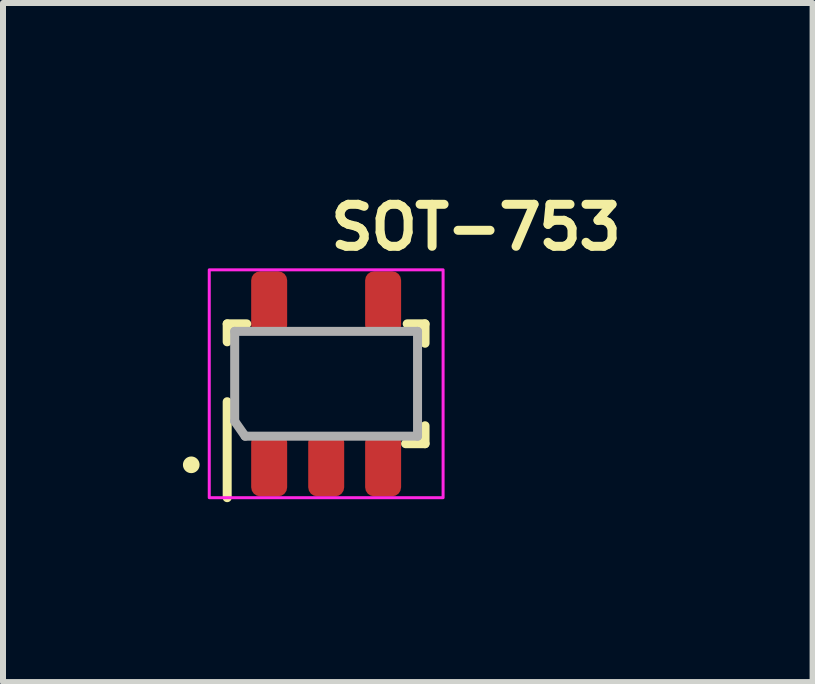
<source format=kicad_pcb>
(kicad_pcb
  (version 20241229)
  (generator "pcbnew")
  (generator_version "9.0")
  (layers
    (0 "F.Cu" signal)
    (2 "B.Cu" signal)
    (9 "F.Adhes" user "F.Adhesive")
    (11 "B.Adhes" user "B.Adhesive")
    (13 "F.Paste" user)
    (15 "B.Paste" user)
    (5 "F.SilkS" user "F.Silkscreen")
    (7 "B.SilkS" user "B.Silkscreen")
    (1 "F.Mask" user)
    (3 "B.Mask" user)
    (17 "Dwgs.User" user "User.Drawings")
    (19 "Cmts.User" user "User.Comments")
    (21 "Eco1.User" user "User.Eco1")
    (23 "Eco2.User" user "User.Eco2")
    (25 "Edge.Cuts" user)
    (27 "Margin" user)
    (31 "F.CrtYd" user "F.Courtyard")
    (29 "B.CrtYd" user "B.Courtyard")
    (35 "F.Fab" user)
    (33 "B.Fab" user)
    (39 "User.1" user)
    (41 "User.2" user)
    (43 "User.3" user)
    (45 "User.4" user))
  (footprint "SOT-753"
    (layer "F.Cu")
    (at 2.389 3.35)
    (property "Reference" "SOT-753" (at 0 -2.2 0) (layer "F.SilkS") (effects (font (size 0.7 0.7) (thickness 0.15)) (justify left bottom)))
    (attr smd)
    (fp_line (start -1.651 -1) (end -1.651 -0.701) (stroke (width 0.15) (type solid)) (layer "F.SilkS"))
    (fp_line (start -1.651 1.898) (end -1.651 0.298) (stroke (width 0.15) (type solid)) (layer "F.SilkS"))
    (fp_line (start -1.325 -1) (end -1.651 -1) (stroke (width 0.15) (type solid)) (layer "F.SilkS"))
    (fp_line (start 1.324 0.998) (end 1.648 0.998) (stroke (width 0.15) (type solid)) (layer "F.SilkS"))
    (fp_line (start 1.35 -1) (end 1.648 -1) (stroke (width 0.15) (type solid)) (layer "F.SilkS"))
    (fp_line (start 1.648 -1) (end 1.648 -0.677) (stroke (width 0.15) (type solid)) (layer "F.SilkS"))
    (fp_line (start 1.648 0.998) (end 1.648 0.699) (stroke (width 0.15) (type solid)) (layer "F.SilkS"))
    (fp_circle (center -2.25 1.35) (end -2.21 1.4) (stroke (width 0.15) (type solid)) (fill yes) (layer "F.SilkS"))
    (fp_rect (start -1.95 -1.901) (end 1.949 1.898) (stroke (width 0.05) (type solid)) (fill no) (layer "F.CrtYd"))
    (fp_line (start -1.526 -0.875) (end 1.523 -0.875) (stroke (width 0.15) (type solid)) (layer "F.Fab"))
    (fp_line (start -1.526 0.623) (end -1.526 -0.875) (stroke (width 0.15) (type solid)) (layer "F.Fab"))
    (fp_line (start -1.526 0.623) (end -1.351 0.873) (stroke (width 0.15) (type solid)) (layer "F.Fab"))
    (fp_line (start -1.351 0.873) (end 1.523 0.873) (stroke (width 0.15) (type solid)) (layer "F.Fab"))
    (fp_line (start 1.523 -0.875) (end 1.523 0.873) (stroke (width 0.15) (type solid)) (layer "F.Fab"))
    (fp_rect (start -1.45 -1.401) (end 1.449 1.398) (stroke (width 0.1) (type solid)) (fill no) (layer "User.5"))
    (fp_line (start -1.45 -0.802) (end -1.375 -0.725) (stroke (width 0.02) (type solid)) (layer "User.9"))
    (fp_line (start -1.45 0.8) (end -1.45 -0.802) (stroke (width 0.02) (type solid)) (layer "User.9"))
    (fp_line (start -1.45 0.8) (end -1.375 0.723) (stroke (width 0.02) (type solid)) (layer "User.9"))
    (fp_line (start -1.375 0.723) (end -1.335 0.684) (stroke (width 0.02) (type solid)) (layer "User.9"))
    (fp_line (start -1.335 -0.686) (end -1.375 -0.725) (stroke (width 0.02) (type solid)) (layer "User.9"))
    (fp_line (start -1.149 -1.195) (end -1.149 -1.4) (stroke (width 0.02) (type solid)) (layer "User.9"))
    (fp_line (start -1.149 -1.195) (end -1.149 -1.098) (stroke (width 0.02) (type solid)) (layer "User.9"))
    (fp_line (start -1.149 -1.098) (end -1.149 -1.013) (stroke (width 0.02) (type solid)) (layer "User.9"))
    (fp_line (start -1.149 -1.013) (end -1.149 -0.916) (stroke (width 0.02) (type solid)) (layer "User.9"))
    (fp_line (start -1.149 -0.802) (end -1.149 -0.916) (stroke (width 0.02) (type solid)) (layer "User.9"))
    (fp_line (start -1.149 0.914) (end -1.149 0.8) (stroke (width 0.02) (type solid)) (layer "User.9"))
    (fp_line (start -1.149 1.012) (end -1.149 0.914) (stroke (width 0.02) (type solid)) (layer "User.9"))
    (fp_line (start -1.149 1.095) (end -1.149 1.012) (stroke (width 0.02) (type solid)) (layer "User.9"))
    (fp_line (start -1.149 1.194) (end -1.149 1.095) (stroke (width 0.02) (type solid)) (layer "User.9"))
    (fp_line (start -1.149 1.399) (end -1.149 1.194) (stroke (width 0.02) (type solid)) (layer "User.9"))
    (fp_line (start -1.051 0.478) (end -1.051 0.478) (stroke (width 0.02) (type solid)) (layer "User.9"))
    (fp_line (start -1.051 0.478) (end -1.051 0.478) (stroke (width 0.02) (type solid)) (layer "User.9"))
    (fp_line (start -1.051 0.478) (end -1.049 0.484) (stroke (width 0.02) (type solid)) (layer "User.9"))
    (fp_line (start -1.049 0.464) (end -1.049 0.469) (stroke (width 0.02) (type solid)) (layer "User.9"))
    (fp_line (start -1.049 0.469) (end -1.049 0.474) (stroke (width 0.02) (type solid)) (layer "User.9"))
    (fp_line (start -1.049 0.474) (end -1.051 0.478) (stroke (width 0.02) (type solid)) (layer "User.9"))
    (fp_line (start -1.049 0.484) (end -1.049 0.489) (stroke (width 0.02) (type solid)) (layer "User.9"))
    (fp_line (start -1.049 0.489) (end -1.049 0.494) (stroke (width 0.02) (type solid)) (layer "User.9"))
    (fp_line (start -1.049 0.494) (end -1.047 0.499) (stroke (width 0.02) (type solid)) (layer "User.9"))
    (fp_line (start -1.047 0.455) (end -1.047 0.459) (stroke (width 0.02) (type solid)) (layer "User.9"))
    (fp_line (start -1.047 0.459) (end -1.049 0.464) (stroke (width 0.02) (type solid)) (layer "User.9"))
    (fp_line (start -1.047 0.499) (end -1.047 0.503) (stroke (width 0.02) (type solid)) (layer "User.9"))
    (fp_line (start -1.047 0.503) (end -1.045 0.508) (stroke (width 0.02) (type solid)) (layer "User.9"))
    (fp_line (start -1.045 0.45) (end -1.047 0.455) (stroke (width 0.02) (type solid)) (layer "User.9"))
    (fp_line (start -1.045 0.508) (end -1.043 0.514) (stroke (width 0.02) (type solid)) (layer "User.9"))
    (fp_line (start -1.043 0.44) (end -1.043 0.444) (stroke (width 0.02) (type solid)) (layer "User.9"))
    (fp_line (start -1.043 0.444) (end -1.045 0.45) (stroke (width 0.02) (type solid)) (layer "User.9"))
    (fp_line (start -1.043 0.514) (end -1.043 0.518) (stroke (width 0.02) (type solid)) (layer "User.9"))
    (fp_line (start -1.043 0.518) (end -1.041 0.523) (stroke (width 0.02) (type solid)) (layer "User.9"))
    (fp_line (start -1.041 0.435) (end -1.043 0.44) (stroke (width 0.02) (type solid)) (layer "User.9"))
    (fp_line (start -1.041 0.523) (end -1.037 0.527) (stroke (width 0.02) (type solid)) (layer "User.9"))
    (fp_line (start -1.037 0.431) (end -1.041 0.435) (stroke (width 0.02) (type solid)) (layer "User.9"))
    (fp_line (start -1.037 0.527) (end -1.035 0.531) (stroke (width 0.02) (type solid)) (layer "User.9"))
    (fp_line (start -1.035 0.427) (end -1.037 0.431) (stroke (width 0.02) (type solid)) (layer "User.9"))
    (fp_line (start -1.035 0.531) (end -1.033 0.535) (stroke (width 0.02) (type solid)) (layer "User.9"))
    (fp_line (start -1.033 0.423) (end -1.035 0.427) (stroke (width 0.02) (type solid)) (layer "User.9"))
    (fp_line (start -1.033 0.535) (end -1.031 0.539) (stroke (width 0.02) (type solid)) (layer "User.9"))
    (fp_line (start -1.031 0.419) (end -1.033 0.423) (stroke (width 0.02) (type solid)) (layer "User.9"))
    (fp_line (start -1.031 0.539) (end -1.027 0.543) (stroke (width 0.02) (type solid)) (layer "User.9"))
    (fp_line (start -1.027 0.415) (end -1.031 0.419) (stroke (width 0.02) (type solid)) (layer "User.9"))
    (fp_line (start -1.027 0.543) (end -1.025 0.547) (stroke (width 0.02) (type solid)) (layer "User.9"))
    (fp_line (start -1.025 0.412) (end -1.027 0.415) (stroke (width 0.02) (type solid)) (layer "User.9"))
    (fp_line (start -1.025 0.547) (end -1.02 0.55) (stroke (width 0.02) (type solid)) (layer "User.9"))
    (fp_line (start -1.02 0.409) (end -1.025 0.412) (stroke (width 0.02) (type solid)) (layer "User.9"))
    (fp_line (start -1.02 0.55) (end -1.018 0.554) (stroke (width 0.02) (type solid)) (layer "User.9"))
    (fp_line (start -1.018 0.405) (end -1.02 0.409) (stroke (width 0.02) (type solid)) (layer "User.9"))
    (fp_line (start -1.018 0.554) (end -1.014 0.557) (stroke (width 0.02) (type solid)) (layer "User.9"))
    (fp_line (start -1.014 0.402) (end -1.018 0.405) (stroke (width 0.02) (type solid)) (layer "User.9"))
    (fp_line (start -1.014 0.557) (end -1.01 0.56) (stroke (width 0.02) (type solid)) (layer "User.9"))
    (fp_line (start -1.01 0.399) (end -1.014 0.402) (stroke (width 0.02) (type solid)) (layer "User.9"))
    (fp_line (start -1.01 0.56) (end -1.006 0.562) (stroke (width 0.02) (type solid)) (layer "User.9"))
    (fp_line (start -1.006 0.397) (end -1.01 0.399) (stroke (width 0.02) (type solid)) (layer "User.9"))
    (fp_line (start -1.006 0.562) (end -1.002 0.565) (stroke (width 0.02) (type solid)) (layer "User.9"))
    (fp_line (start -1.002 0.394) (end -1.006 0.397) (stroke (width 0.02) (type solid)) (layer "User.9"))
    (fp_line (start -1.002 0.565) (end -0.997 0.567) (stroke (width 0.02) (type solid)) (layer "User.9"))
    (fp_line (start -0.997 0.392) (end -1.002 0.394) (stroke (width 0.02) (type solid)) (layer "User.9"))
    (fp_line (start -0.997 0.567) (end -0.993 0.57) (stroke (width 0.02) (type solid)) (layer "User.9"))
    (fp_line (start -0.993 0.389) (end -0.997 0.392) (stroke (width 0.02) (type solid)) (layer "User.9"))
    (fp_line (start -0.993 0.57) (end -0.988 0.572) (stroke (width 0.02) (type solid)) (layer "User.9"))
    (fp_line (start -0.988 0.387) (end -0.993 0.389) (stroke (width 0.02) (type solid)) (layer "User.9"))
    (fp_line (start -0.988 0.572) (end -0.984 0.573) (stroke (width 0.02) (type solid)) (layer "User.9"))
    (fp_line (start -0.984 0.386) (end -0.988 0.387) (stroke (width 0.02) (type solid)) (layer "User.9"))
    (fp_line (start -0.984 0.573) (end -0.979 0.575) (stroke (width 0.02) (type solid)) (layer "User.9"))
    (fp_line (start -0.979 0.384) (end -0.984 0.386) (stroke (width 0.02) (type solid)) (layer "User.9"))
    (fp_line (start -0.979 0.575) (end -0.974 0.575) (stroke (width 0.02) (type solid)) (layer "User.9"))
    (fp_line (start -0.974 0.382) (end -0.979 0.384) (stroke (width 0.02) (type solid)) (layer "User.9"))
    (fp_line (start -0.974 0.575) (end -0.97 0.576) (stroke (width 0.02) (type solid)) (layer "User.9"))
    (fp_line (start -0.97 0.381) (end -0.974 0.382) (stroke (width 0.02) (type solid)) (layer "User.9"))
    (fp_line (start -0.97 0.576) (end -0.965 0.577) (stroke (width 0.02) (type solid)) (layer "User.9"))
    (fp_line (start -0.965 0.38) (end -0.97 0.381) (stroke (width 0.02) (type solid)) (layer "User.9"))
    (fp_line (start -0.965 0.577) (end -0.96 0.578) (stroke (width 0.02) (type solid)) (layer "User.9"))
    (fp_line (start -0.96 0.379) (end -0.965 0.38) (stroke (width 0.02) (type solid)) (layer "User.9"))
    (fp_line (start -0.96 0.578) (end -0.956 0.578) (stroke (width 0.02) (type solid)) (layer "User.9"))
    (fp_line (start -0.956 0.379) (end -0.96 0.379) (stroke (width 0.02) (type solid)) (layer "User.9"))
    (fp_line (start -0.956 0.578) (end -0.95 0.578) (stroke (width 0.02) (type solid)) (layer "User.9"))
    (fp_line (start -0.95 0.378) (end -0.956 0.379) (stroke (width 0.02) (type solid)) (layer "User.9"))
    (fp_line (start -0.95 0.378) (end -0.95 0.378) (stroke (width 0.02) (type solid)) (layer "User.9"))
    (fp_line (start -0.95 0.578) (end -0.95 0.578) (stroke (width 0.02) (type solid)) (layer "User.9"))
    (fp_line (start -0.95 0.578) (end -0.945 0.578) (stroke (width 0.02) (type solid)) (layer "User.9"))
    (fp_line (start -0.945 0.379) (end -0.95 0.378) (stroke (width 0.02) (type solid)) (layer "User.9"))
    (fp_line (start -0.945 0.578) (end -0.94 0.578) (stroke (width 0.02) (type solid)) (layer "User.9"))
    (fp_line (start -0.94 0.379) (end -0.945 0.379) (stroke (width 0.02) (type solid)) (layer "User.9"))
    (fp_line (start -0.94 0.578) (end -0.935 0.577) (stroke (width 0.02) (type solid)) (layer "User.9"))
    (fp_line (start -0.935 0.38) (end -0.94 0.379) (stroke (width 0.02) (type solid)) (layer "User.9"))
    (fp_line (start -0.935 0.577) (end -0.93 0.576) (stroke (width 0.02) (type solid)) (layer "User.9"))
    (fp_line (start -0.93 0.381) (end -0.935 0.38) (stroke (width 0.02) (type solid)) (layer "User.9"))
    (fp_line (start -0.93 0.576) (end -0.926 0.575) (stroke (width 0.02) (type solid)) (layer "User.9"))
    (fp_line (start -0.926 0.382) (end -0.93 0.381) (stroke (width 0.02) (type solid)) (layer "User.9"))
    (fp_line (start -0.926 0.575) (end -0.921 0.575) (stroke (width 0.02) (type solid)) (layer "User.9"))
    (fp_line (start -0.921 0.384) (end -0.926 0.382) (stroke (width 0.02) (type solid)) (layer "User.9"))
    (fp_line (start -0.921 0.575) (end -0.916 0.573) (stroke (width 0.02) (type solid)) (layer "User.9"))
    (fp_line (start -0.916 0.386) (end -0.921 0.384) (stroke (width 0.02) (type solid)) (layer "User.9"))
    (fp_line (start -0.916 0.573) (end -0.912 0.572) (stroke (width 0.02) (type solid)) (layer "User.9"))
    (fp_line (start -0.912 0.387) (end -0.916 0.386) (stroke (width 0.02) (type solid)) (layer "User.9"))
    (fp_line (start -0.912 0.572) (end -0.907 0.57) (stroke (width 0.02) (type solid)) (layer "User.9"))
    (fp_line (start -0.907 0.389) (end -0.912 0.387) (stroke (width 0.02) (type solid)) (layer "User.9"))
    (fp_line (start -0.907 0.57) (end -0.903 0.567) (stroke (width 0.02) (type solid)) (layer "User.9"))
    (fp_line (start -0.903 0.392) (end -0.907 0.389) (stroke (width 0.02) (type solid)) (layer "User.9"))
    (fp_line (start -0.903 0.567) (end -0.899 0.565) (stroke (width 0.02) (type solid)) (layer "User.9"))
    (fp_line (start -0.899 0.394) (end -0.903 0.392) (stroke (width 0.02) (type solid)) (layer "User.9"))
    (fp_line (start -0.899 0.565) (end -0.894 0.562) (stroke (width 0.02) (type solid)) (layer "User.9"))
    (fp_line (start -0.894 0.397) (end -0.899 0.394) (stroke (width 0.02) (type solid)) (layer "User.9"))
    (fp_line (start -0.894 0.562) (end -0.89 0.56) (stroke (width 0.02) (type solid)) (layer "User.9"))
    (fp_line (start -0.89 0.399) (end -0.894 0.397) (stroke (width 0.02) (type solid)) (layer "User.9"))
    (fp_line (start -0.89 0.56) (end -0.886 0.557) (stroke (width 0.02) (type solid)) (layer "User.9"))
    (fp_line (start -0.886 0.402) (end -0.89 0.399) (stroke (width 0.02) (type solid)) (layer "User.9"))
    (fp_line (start -0.886 0.557) (end -0.882 0.554) (stroke (width 0.02) (type solid)) (layer "User.9"))
    (fp_line (start -0.882 0.405) (end -0.886 0.402) (stroke (width 0.02) (type solid)) (layer "User.9"))
    (fp_line (start -0.882 0.554) (end -0.879 0.55) (stroke (width 0.02) (type solid)) (layer "User.9"))
    (fp_line (start -0.879 0.409) (end -0.882 0.405) (stroke (width 0.02) (type solid)) (layer "User.9"))
    (fp_line (start -0.879 0.55) (end -0.875 0.547) (stroke (width 0.02) (type solid)) (layer "User.9"))
    (fp_line (start -0.875 0.412) (end -0.879 0.409) (stroke (width 0.02) (type solid)) (layer "User.9"))
    (fp_line (start -0.875 0.547) (end -0.872 0.543) (stroke (width 0.02) (type solid)) (layer "User.9"))
    (fp_line (start -0.872 0.415) (end -0.875 0.412) (stroke (width 0.02) (type solid)) (layer "User.9"))
    (fp_line (start -0.872 0.543) (end -0.869 0.539) (stroke (width 0.02) (type solid)) (layer "User.9"))
    (fp_line (start -0.869 0.419) (end -0.872 0.415) (stroke (width 0.02) (type solid)) (layer "User.9"))
    (fp_line (start -0.869 0.539) (end -0.867 0.535) (stroke (width 0.02) (type solid)) (layer "User.9"))
    (fp_line (start -0.867 0.423) (end -0.869 0.419) (stroke (width 0.02) (type solid)) (layer "User.9"))
    (fp_line (start -0.867 0.535) (end -0.864 0.531) (stroke (width 0.02) (type solid)) (layer "User.9"))
    (fp_line (start -0.864 0.427) (end -0.867 0.423) (stroke (width 0.02) (type solid)) (layer "User.9"))
    (fp_line (start -0.864 0.531) (end -0.862 0.527) (stroke (width 0.02) (type solid)) (layer "User.9"))
    (fp_line (start -0.862 0.431) (end -0.864 0.427) (stroke (width 0.02) (type solid)) (layer "User.9"))
    (fp_line (start -0.862 0.527) (end -0.859 0.523) (stroke (width 0.02) (type solid)) (layer "User.9"))
    (fp_line (start -0.859 0.435) (end -0.862 0.431) (stroke (width 0.02) (type solid)) (layer "User.9"))
    (fp_line (start -0.859 0.523) (end -0.857 0.518) (stroke (width 0.02) (type solid)) (layer "User.9"))
    (fp_line (start -0.857 0.44) (end -0.859 0.435) (stroke (width 0.02) (type solid)) (layer "User.9"))
    (fp_line (start -0.857 0.518) (end -0.856 0.514) (stroke (width 0.02) (type solid)) (layer "User.9"))
    (fp_line (start -0.856 0.444) (end -0.857 0.44) (stroke (width 0.02) (type solid)) (layer "User.9"))
    (fp_line (start -0.856 0.514) (end -0.854 0.508) (stroke (width 0.02) (type solid)) (layer "User.9"))
    (fp_line (start -0.854 0.45) (end -0.856 0.444) (stroke (width 0.02) (type solid)) (layer "User.9"))
    (fp_line (start -0.854 0.508) (end -0.853 0.503) (stroke (width 0.02) (type solid)) (layer "User.9"))
    (fp_line (start -0.853 0.455) (end -0.854 0.45) (stroke (width 0.02) (type solid)) (layer "User.9"))
    (fp_line (start -0.853 0.503) (end -0.852 0.499) (stroke (width 0.02) (type solid)) (layer "User.9"))
    (fp_line (start -0.852 0.459) (end -0.853 0.455) (stroke (width 0.02) (type solid)) (layer "User.9"))
    (fp_line (start -0.852 0.499) (end -0.851 0.494) (stroke (width 0.02) (type solid)) (layer "User.9"))
    (fp_line (start -0.851 0.464) (end -0.852 0.459) (stroke (width 0.02) (type solid)) (layer "User.9"))
    (fp_line (start -0.851 0.494) (end -0.85 0.489) (stroke (width 0.02) (type solid)) (layer "User.9"))
    (fp_line (start -0.85 0.469) (end -0.851 0.464) (stroke (width 0.02) (type solid)) (layer "User.9"))
    (fp_line (start -0.85 0.474) (end -0.85 0.469) (stroke (width 0.02) (type solid)) (layer "User.9"))
    (fp_line (start -0.85 0.484) (end -0.849 0.478) (stroke (width 0.02) (type solid)) (layer "User.9"))
    (fp_line (start -0.85 0.489) (end -0.85 0.484) (stroke (width 0.02) (type solid)) (layer "User.9"))
    (fp_line (start -0.849 0.478) (end -0.85 0.474) (stroke (width 0.02) (type solid)) (layer "User.9"))
    (fp_line (start -0.849 0.478) (end -0.849 0.478) (stroke (width 0.02) (type solid)) (layer "User.9"))
    (fp_line (start -0.749 -1.4) (end -1.149 -1.4) (stroke (width 0.02) (type solid)) (layer "User.9"))
    (fp_line (start -0.749 -1.195) (end -0.749 -1.4) (stroke (width 0.02) (type solid)) (layer "User.9"))
    (fp_line (start -0.749 -1.195) (end -0.749 -1.098) (stroke (width 0.02) (type solid)) (layer "User.9"))
    (fp_line (start -0.749 -1.098) (end -0.749 -1.013) (stroke (width 0.02) (type solid)) (layer "User.9"))
    (fp_line (start -0.749 -1.013) (end -0.749 -0.916) (stroke (width 0.02) (type solid)) (layer "User.9"))
    (fp_line (start -0.749 -0.802) (end -1.149 -0.802) (stroke (width 0.02) (type solid)) (layer "User.9"))
    (fp_line (start -0.749 -0.802) (end -0.749 -0.916) (stroke (width 0.02) (type solid)) (layer "User.9"))
    (fp_line (start -0.749 0.8) (end -1.149 0.8) (stroke (width 0.02) (type solid)) (layer "User.9"))
    (fp_line (start -0.749 0.914) (end -0.749 0.8) (stroke (width 0.02) (type solid)) (layer "User.9"))
    (fp_line (start -0.749 1.012) (end -0.749 0.914) (stroke (width 0.02) (type solid)) (layer "User.9"))
    (fp_line (start -0.749 1.095) (end -0.749 1.012) (stroke (width 0.02) (type solid)) (layer "User.9"))
    (fp_line (start -0.749 1.194) (end -0.749 1.095) (stroke (width 0.02) (type solid)) (layer "User.9"))
    (fp_line (start -0.749 1.399) (end -1.149 1.399) (stroke (width 0.02) (type solid)) (layer "User.9"))
    (fp_line (start -0.749 1.399) (end -0.749 1.194) (stroke (width 0.02) (type solid)) (layer "User.9"))
    (fp_line (start -0.201 0.914) (end -0.201 0.8) (stroke (width 0.02) (type solid)) (layer "User.9"))
    (fp_line (start -0.201 1.012) (end -0.201 0.914) (stroke (width 0.02) (type solid)) (layer "User.9"))
    (fp_line (start -0.201 1.095) (end -0.201 1.012) (stroke (width 0.02) (type solid)) (layer "User.9"))
    (fp_line (start -0.201 1.194) (end -0.201 1.095) (stroke (width 0.02) (type solid)) (layer "User.9"))
    (fp_line (start -0.201 1.399) (end -0.201 1.194) (stroke (width 0.02) (type solid)) (layer "User.9"))
    (fp_line (start 0.201 0.8) (end -0.201 0.8) (stroke (width 0.02) (type solid)) (layer "User.9"))
    (fp_line (start 0.201 0.914) (end 0.201 0.8) (stroke (width 0.02) (type solid)) (layer "User.9"))
    (fp_line (start 0.201 1.012) (end 0.201 0.914) (stroke (width 0.02) (type solid)) (layer "User.9"))
    (fp_line (start 0.201 1.095) (end 0.201 1.012) (stroke (width 0.02) (type solid)) (layer "User.9"))
    (fp_line (start 0.201 1.194) (end 0.201 1.095) (stroke (width 0.02) (type solid)) (layer "User.9"))
    (fp_line (start 0.201 1.399) (end -0.201 1.399) (stroke (width 0.02) (type solid)) (layer "User.9"))
    (fp_line (start 0.201 1.399) (end 0.201 1.194) (stroke (width 0.02) (type solid)) (layer "User.9"))
    (fp_line (start 0.749 -1.195) (end 0.749 -1.4) (stroke (width 0.02) (type solid)) (layer "User.9"))
    (fp_line (start 0.749 -1.195) (end 0.749 -1.098) (stroke (width 0.02) (type solid)) (layer "User.9"))
    (fp_line (start 0.749 -1.098) (end 0.749 -1.013) (stroke (width 0.02) (type solid)) (layer "User.9"))
    (fp_line (start 0.749 -1.013) (end 0.749 -0.916) (stroke (width 0.02) (type solid)) (layer "User.9"))
    (fp_line (start 0.749 -0.802) (end 0.749 -0.916) (stroke (width 0.02) (type solid)) (layer "User.9"))
    (fp_line (start 0.749 0.914) (end 0.749 0.8) (stroke (width 0.02) (type solid)) (layer "User.9"))
    (fp_line (start 0.749 1.012) (end 0.749 0.914) (stroke (width 0.02) (type solid)) (layer "User.9"))
    (fp_line (start 0.749 1.095) (end 0.749 1.012) (stroke (width 0.02) (type solid)) (layer "User.9"))
    (fp_line (start 0.749 1.194) (end 0.749 1.095) (stroke (width 0.02) (type solid)) (layer "User.9"))
    (fp_line (start 0.749 1.399) (end 0.749 1.194) (stroke (width 0.02) (type solid)) (layer "User.9"))
    (fp_line (start 1.15 -1.4) (end 0.749 -1.4) (stroke (width 0.02) (type solid)) (layer "User.9"))
    (fp_line (start 1.15 -1.195) (end 1.15 -1.4) (stroke (width 0.02) (type solid)) (layer "User.9"))
    (fp_line (start 1.15 -1.195) (end 1.15 -1.098) (stroke (width 0.02) (type solid)) (layer "User.9"))
    (fp_line (start 1.15 -1.098) (end 1.15 -1.013) (stroke (width 0.02) (type solid)) (layer "User.9"))
    (fp_line (start 1.15 -1.013) (end 1.15 -0.916) (stroke (width 0.02) (type solid)) (layer "User.9"))
    (fp_line (start 1.15 -0.802) (end 0.749 -0.802) (stroke (width 0.02) (type solid)) (layer "User.9"))
    (fp_line (start 1.15 -0.802) (end 1.15 -0.916) (stroke (width 0.02) (type solid)) (layer "User.9"))
    (fp_line (start 1.15 0.8) (end 0.749 0.8) (stroke (width 0.02) (type solid)) (layer "User.9"))
    (fp_line (start 1.15 0.914) (end 1.15 0.8) (stroke (width 0.02) (type solid)) (layer "User.9"))
    (fp_line (start 1.15 1.012) (end 1.15 0.914) (stroke (width 0.02) (type solid)) (layer "User.9"))
    (fp_line (start 1.15 1.095) (end 1.15 1.012) (stroke (width 0.02) (type solid)) (layer "User.9"))
    (fp_line (start 1.15 1.194) (end 1.15 1.095) (stroke (width 0.02) (type solid)) (layer "User.9"))
    (fp_line (start 1.15 1.399) (end 0.749 1.399) (stroke (width 0.02) (type solid)) (layer "User.9"))
    (fp_line (start 1.15 1.399) (end 1.15 1.194) (stroke (width 0.02) (type solid)) (layer "User.9"))
    (fp_line (start 1.374 -0.725) (end 1.334 -0.686) (stroke (width 0.02) (type solid)) (layer "User.9"))
    (fp_line (start 1.374 0.723) (end 1.334 0.684) (stroke (width 0.02) (type solid)) (layer "User.9"))
    (fp_line (start 1.449 -0.802) (end -1.45 -0.802) (stroke (width 0.02) (type solid)) (layer "User.9"))
    (fp_line (start 1.449 -0.802) (end 1.374 -0.725) (stroke (width 0.02) (type solid)) (layer "User.9"))
    (fp_line (start 1.449 0.8) (end -1.45 0.8) (stroke (width 0.02) (type solid)) (layer "User.9"))
    (fp_line (start 1.449 0.8) (end 1.374 0.723) (stroke (width 0.02) (type solid)) (layer "User.9"))
    (fp_line (start 1.449 0.8) (end 1.449 -0.802) (stroke (width 0.02) (type solid)) (layer "User.9"))
    (pad "1" smd roundrect (at -0.951 1.35) (size 0.6 1.05) (layers "F.Cu" "F.Mask" "F.Paste") (roundrect_rratio 0.25))
    (pad "2" smd roundrect (at 0 1.35) (size 0.6 1.05) (layers "F.Cu" "F.Mask" "F.Paste") (roundrect_rratio 0.25))
    (pad "3" smd roundrect (at 0.949 1.35) (size 0.6 1.05) (layers "F.Cu" "F.Mask" "F.Paste") (roundrect_rratio 0.25))
    (pad "4" smd roundrect (at 0.949 -1.351) (size 0.6 1.05) (layers "F.Cu" "F.Mask" "F.Paste") (roundrect_rratio 0.25))
    (pad "5" smd roundrect (at -0.951 -1.351) (size 0.6 1.05) (layers "F.Cu" "F.Mask" "F.Paste") (roundrect_rratio 0.25)))
  (gr_rect
    (start -3 -3)
    (end 10.499 8.323)
    (stroke (width 0.1) (type default))
    (fill no)
    (layer "Edge.Cuts")))
</source>
